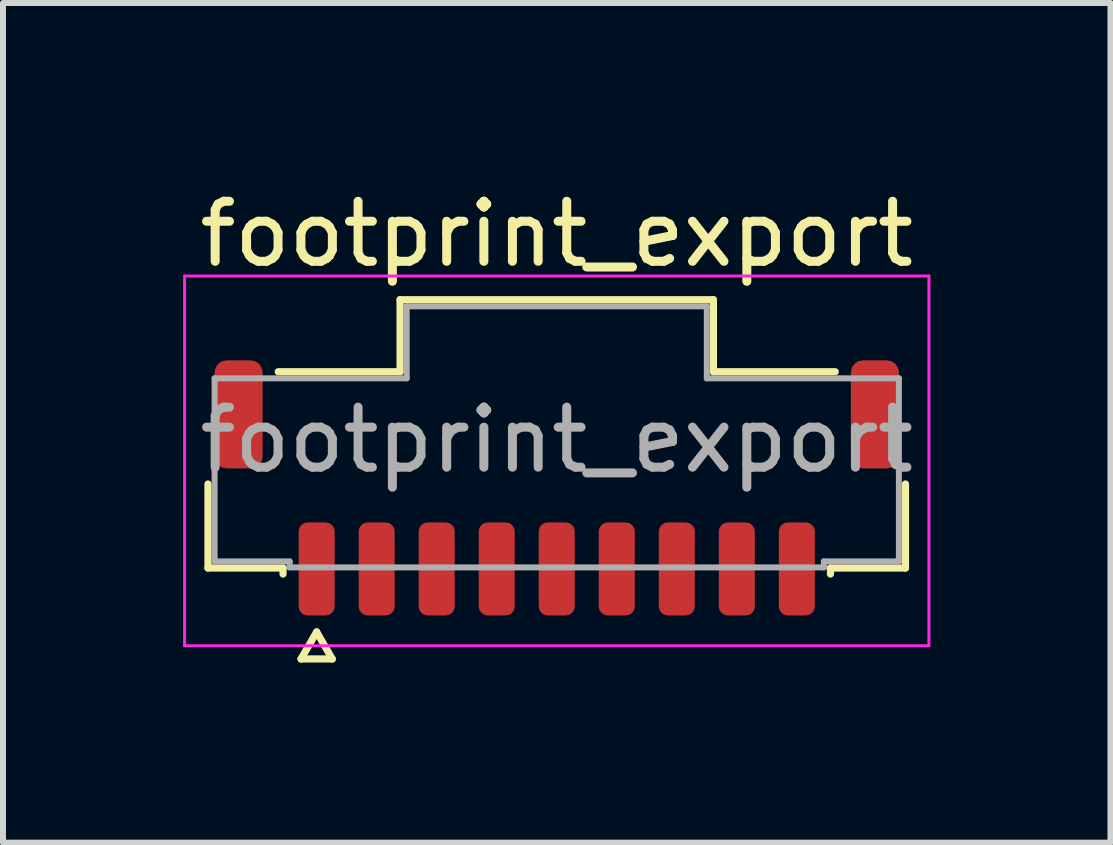
<source format=kicad_pcb>
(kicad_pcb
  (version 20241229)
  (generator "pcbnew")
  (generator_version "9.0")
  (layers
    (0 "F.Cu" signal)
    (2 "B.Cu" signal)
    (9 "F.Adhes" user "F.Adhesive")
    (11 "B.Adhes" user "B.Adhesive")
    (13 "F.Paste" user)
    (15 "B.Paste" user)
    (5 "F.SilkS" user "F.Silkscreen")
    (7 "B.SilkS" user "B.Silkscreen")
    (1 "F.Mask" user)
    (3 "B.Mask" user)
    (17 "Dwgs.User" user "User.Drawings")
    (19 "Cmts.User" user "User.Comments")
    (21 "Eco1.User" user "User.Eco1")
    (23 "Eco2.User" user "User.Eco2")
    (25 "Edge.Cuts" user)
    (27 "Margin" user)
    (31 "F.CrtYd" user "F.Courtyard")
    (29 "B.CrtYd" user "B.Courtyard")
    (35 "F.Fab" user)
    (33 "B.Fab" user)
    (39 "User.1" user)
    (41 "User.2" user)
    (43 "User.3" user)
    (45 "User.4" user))
  (footprint "footprint_export"
    (layer "F.Cu")
    (at 6.225 4.278)
    (property "Reference" "footprint_export" (at 0 -3.43 0) (layer "F.SilkS") (effects (font (size 1 1) (thickness 0.15))))
    (attr smd)
    (fp_line (start -5.81 2.135) (end -5.81 0.735) (stroke (width 0.12) (type solid)) (layer "F.SilkS"))
    (fp_line (start -4.64 -1.135) (end -2.61 -1.135) (stroke (width 0.12) (type solid)) (layer "F.SilkS"))
    (fp_line (start -4.56 2.135) (end -5.81 2.135) (stroke (width 0.12) (type solid)) (layer "F.SilkS"))
    (fp_line (start -4.56 2.235) (end -4.56 2.135) (stroke (width 0.12) (type solid)) (layer "F.SilkS"))
    (fp_line (start -4.26 3.65) (end -4 3.2) (stroke (width 0.12) (type solid)) (layer "F.SilkS"))
    (fp_line (start -4 3.2) (end -3.74 3.65) (stroke (width 0.12) (type solid)) (layer "F.SilkS"))
    (fp_line (start -3.74 3.65) (end -4.26 3.65) (stroke (width 0.12) (type solid)) (layer "F.SilkS"))
    (fp_line (start -2.61 -2.335) (end 2.61 -2.335) (stroke (width 0.12) (type solid)) (layer "F.SilkS"))
    (fp_line (start -2.61 -1.135) (end -2.61 -2.335) (stroke (width 0.12) (type solid)) (layer "F.SilkS"))
    (fp_line (start 2.61 -2.335) (end 2.61 -1.135) (stroke (width 0.12) (type solid)) (layer "F.SilkS"))
    (fp_line (start 2.61 -1.135) (end 4.64 -1.135) (stroke (width 0.12) (type solid)) (layer "F.SilkS"))
    (fp_line (start 4.56 2.135) (end 4.56 2.235) (stroke (width 0.12) (type solid)) (layer "F.SilkS"))
    (fp_line (start 5.81 0.735) (end 5.81 2.135) (stroke (width 0.12) (type solid)) (layer "F.SilkS"))
    (fp_line (start 5.81 2.135) (end 4.56 2.135) (stroke (width 0.12) (type solid)) (layer "F.SilkS"))
    (fp_line (start -6.2 -2.73) (end -6.2 3.43) (stroke (width 0.05) (type solid)) (layer "F.CrtYd"))
    (fp_line (start -6.2 3.43) (end 6.2 3.43) (stroke (width 0.05) (type solid)) (layer "F.CrtYd"))
    (fp_line (start 6.2 -2.73) (end -6.2 -2.73) (stroke (width 0.05) (type solid)) (layer "F.CrtYd"))
    (fp_line (start 6.2 3.43) (end 6.2 -2.73) (stroke (width 0.05) (type solid)) (layer "F.CrtYd"))
    (fp_line (start -5.7 -1.025) (end -2.5 -1.025) (stroke (width 0.1) (type solid)) (layer "F.Fab"))
    (fp_line (start -5.7 2.025) (end -5.7 -1.025) (stroke (width 0.1) (type solid)) (layer "F.Fab"))
    (fp_line (start -4.45 2.025) (end -5.7 2.025) (stroke (width 0.1) (type solid)) (layer "F.Fab"))
    (fp_line (start -4.45 2.125) (end -4.45 2.025) (stroke (width 0.1) (type solid)) (layer "F.Fab"))
    (fp_line (start -2.5 -2.225) (end 2.5 -2.225) (stroke (width 0.1) (type solid)) (layer "F.Fab"))
    (fp_line (start -2.5 -1.025) (end -2.5 -2.225) (stroke (width 0.1) (type solid)) (layer "F.Fab"))
    (fp_line (start 2.5 -2.225) (end 2.5 -1.025) (stroke (width 0.1) (type solid)) (layer "F.Fab"))
    (fp_line (start 2.5 -1.025) (end 5.7 -1.025) (stroke (width 0.1) (type solid)) (layer "F.Fab"))
    (fp_line (start 4.45 2.025) (end 4.45 2.125) (stroke (width 0.1) (type solid)) (layer "F.Fab"))
    (fp_line (start 4.45 2.125) (end -4.45 2.125) (stroke (width 0.1) (type solid)) (layer "F.Fab"))
    (fp_line (start 5.7 -1.025) (end 5.7 2.025) (stroke (width 0.1) (type solid)) (layer "F.Fab"))
    (fp_line (start 5.7 2.025) (end 4.45 2.025) (stroke (width 0.1) (type solid)) (layer "F.Fab"))
    (fp_text user "${REFERENCE}" (at 0 0 0) (layer "F.Fab") (effects (font (size 1 1) (thickness 0.15))))
    (pad "1" smd roundrect (at -4 2.15) (size 0.6 1.55) (layers "F.Cu" "F.Mask" "F.Paste") (roundrect_rratio 0.25))
    (pad "2" smd roundrect (at -3 2.15) (size 0.6 1.55) (layers "F.Cu" "F.Mask" "F.Paste") (roundrect_rratio 0.25))
    (pad "3" smd roundrect (at -2 2.15) (size 0.6 1.55) (layers "F.Cu" "F.Mask" "F.Paste") (roundrect_rratio 0.25))
    (pad "4" smd roundrect (at -1 2.15) (size 0.6 1.55) (layers "F.Cu" "F.Mask" "F.Paste") (roundrect_rratio 0.25))
    (pad "5" smd roundrect (at 0 2.15) (size 0.6 1.55) (layers "F.Cu" "F.Mask" "F.Paste") (roundrect_rratio 0.25))
    (pad "6" smd roundrect (at 1 2.15) (size 0.6 1.55) (layers "F.Cu" "F.Mask" "F.Paste") (roundrect_rratio 0.25))
    (pad "7" smd roundrect (at 2 2.15) (size 0.6 1.55) (layers "F.Cu" "F.Mask" "F.Paste") (roundrect_rratio 0.25))
    (pad "8" smd roundrect (at 3 2.15) (size 0.6 1.55) (layers "F.Cu" "F.Mask" "F.Paste") (roundrect_rratio 0.25))
    (pad "9" smd roundrect (at 4 2.15) (size 0.6 1.55) (layers "F.Cu" "F.Mask" "F.Paste") (roundrect_rratio 0.25))
    (pad "MP" smd roundrect (at -5.3 -0.425) (size 0.8 1.8) (layers "F.Cu" "F.Mask" "F.Paste") (roundrect_rratio 0.25))
    (pad "MP" smd roundrect (at 5.3 -0.425) (size 0.8 1.8) (layers "F.Cu" "F.Mask" "F.Paste") (roundrect_rratio 0.25)))
  (gr_rect
    (start -3 -3)
    (end 15.45 10.988)
    (stroke (width 0.1) (type default))
    (fill no)
    (layer "Edge.Cuts")))
</source>
